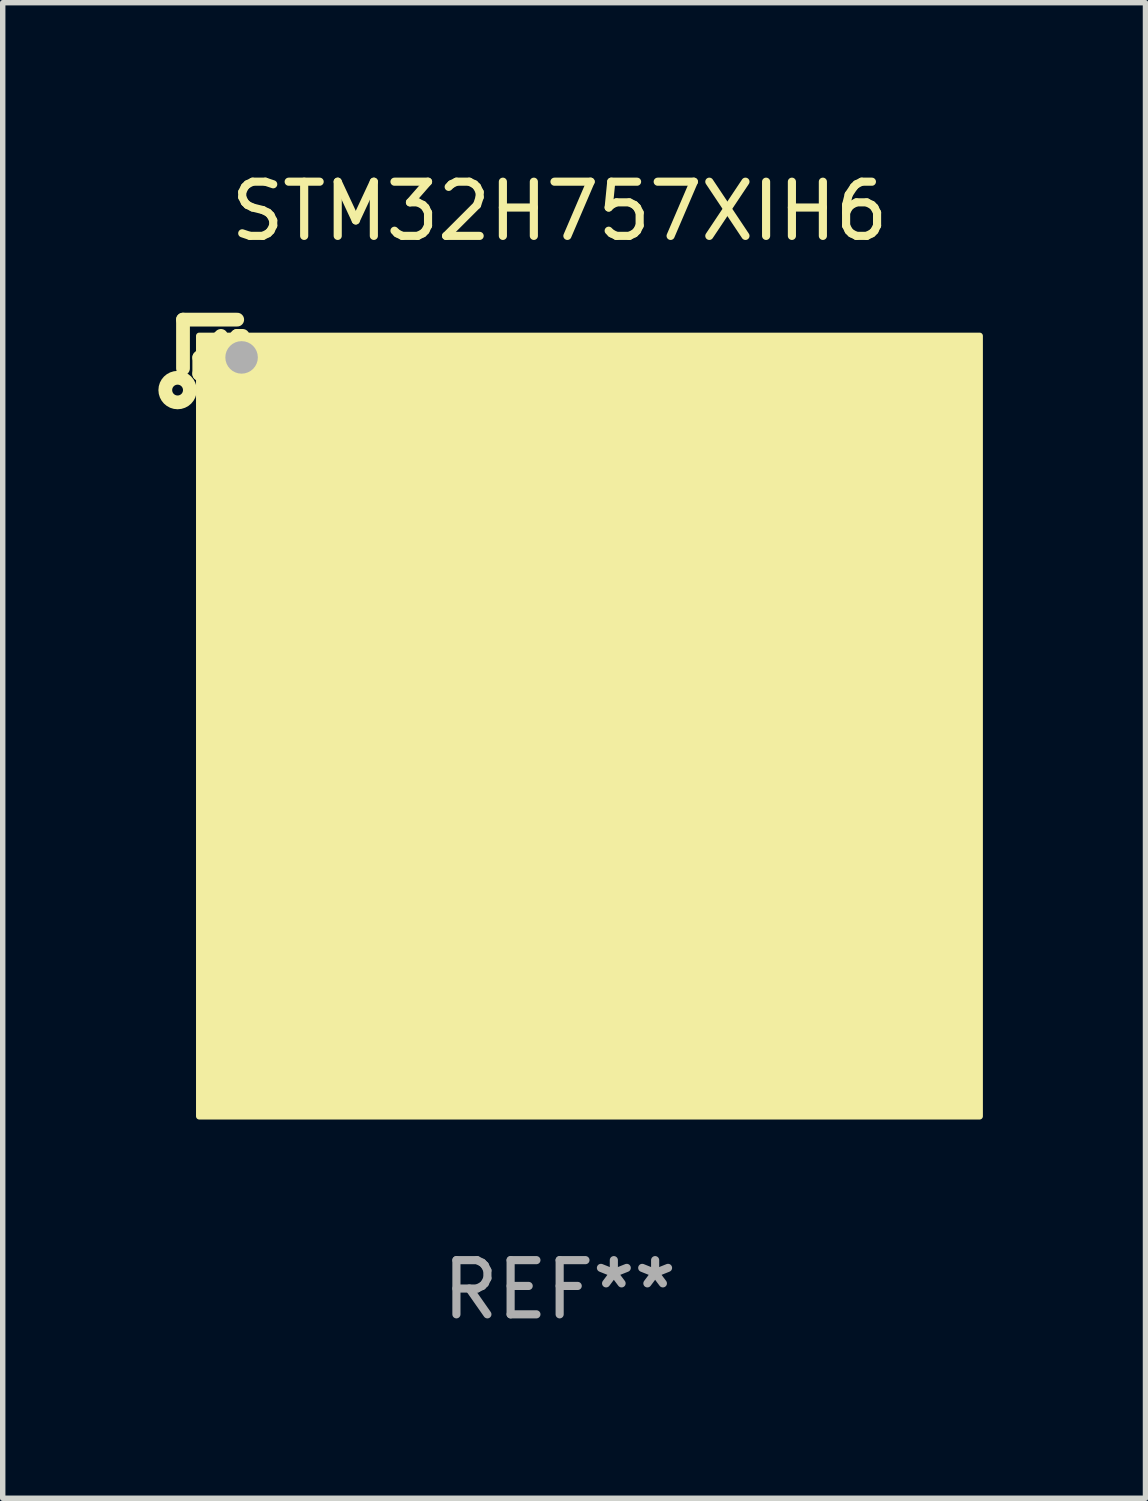
<source format=kicad_pcb>
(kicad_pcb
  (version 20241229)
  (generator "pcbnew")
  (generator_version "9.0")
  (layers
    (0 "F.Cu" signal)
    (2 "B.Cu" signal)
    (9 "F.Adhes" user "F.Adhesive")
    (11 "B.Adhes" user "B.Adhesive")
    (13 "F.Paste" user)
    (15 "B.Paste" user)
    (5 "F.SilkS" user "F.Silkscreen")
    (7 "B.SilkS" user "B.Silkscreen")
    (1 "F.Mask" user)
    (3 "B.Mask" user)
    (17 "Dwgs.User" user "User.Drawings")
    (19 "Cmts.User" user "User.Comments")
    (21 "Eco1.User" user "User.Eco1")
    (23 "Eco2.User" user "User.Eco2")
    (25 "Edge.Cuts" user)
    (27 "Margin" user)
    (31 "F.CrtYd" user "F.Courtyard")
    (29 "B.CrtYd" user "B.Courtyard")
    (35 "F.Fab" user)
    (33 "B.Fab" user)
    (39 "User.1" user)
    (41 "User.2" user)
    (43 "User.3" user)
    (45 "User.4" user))
  (footprint "STM32H757XIH6"
    (layer "F.Cu")
    (at 7.277 9.798)
    (property "Reference" "STM32H757XIH6" (at 0 -8.95 0) (layer "F.SilkS") (effects (font (size 1 1) (thickness 0.15))))
    (attr through_hole)
    (fp_line (start -6.95 -6.95) (end -6.95 -6.05) (stroke (width 0.254) (type solid)) (layer "F.SilkS"))
    (fp_line (start -6.65 -6.25) (end -6.25 -6.65) (stroke (width 0.254) (type solid)) (layer "F.SilkS"))
    (fp_line (start -6.65 -5.95) (end -6.65 -6.25) (stroke (width 0.254) (type solid)) (layer "F.SilkS"))
    (fp_line (start -5.95 -6.95) (end -6.95 -6.95) (stroke (width 0.254) (type solid)) (layer "F.SilkS"))
    (fp_line (start -5.95 -6.65) (end -6.65 -5.95) (stroke (width 0.254) (type solid)) (layer "F.SilkS"))
    (fp_line (start -5.85 -6.65) (end -5.95 -6.65) (stroke (width 0.254) (type solid)) (layer "F.SilkS"))
    (fp_circle (center -7.05 -5.65) (end -6.95 -5.65) (stroke (width 0.254) (type solid)) (fill no) (layer "F.SilkS"))
    (fp_circle (center -6.45 -6.45) (end -6.35 -6.45) (stroke (width 0.2) (type solid)) (fill no) (layer "F.SilkS"))
    (fp_poly (pts (xy -6.65 -6.65) (xy 7.75 -6.65) (xy 7.75 7.75) (xy -6.65 7.75)) (stroke (width 0.12) (type solid)) (fill yes) (layer "F.SilkS"))
    (fp_circle (center -5.869 -6.253) (end -5.719 -6.253) (stroke (width 0.3) (type solid)) (fill no) (layer "F.Fab"))
    (fp_text user "REF**" (at 0 10.95 0) (layer "F.Fab") (effects (font (size 1 1) (thickness 0.15))))
    (pad "A1" smd circle (at -5.85 -5.85) (size 0.5 0.5) (layers "F.Cu" "F.Mask" "F.Paste"))
    (pad "A2" smd circle (at -5.05 -5.85) (size 0.5 0.5) (layers "F.Cu" "F.Mask" "F.Paste"))
    (pad "A3" smd circle (at -4.25 -5.85) (size 0.5 0.5) (layers "F.Cu" "F.Mask" "F.Paste"))
    (pad "A4" smd circle (at -3.45 -5.85) (size 0.5 0.5) (layers "F.Cu" "F.Mask" "F.Paste"))
    (pad "A5" smd circle (at -2.65 -5.85) (size 0.5 0.5) (layers "F.Cu" "F.Mask" "F.Paste"))
    (pad "A6" smd circle (at -1.85 -5.85) (size 0.5 0.5) (layers "F.Cu" "F.Mask" "F.Paste"))
    (pad "A7" smd circle (at -1.05 -5.85) (size 0.5 0.5) (layers "F.Cu" "F.Mask" "F.Paste"))
    (pad "A8" smd circle (at -0.25 -5.85) (size 0.5 0.5) (layers "F.Cu" "F.Mask" "F.Paste"))
    (pad "A9" smd circle (at 0.55 -5.85) (size 0.5 0.5) (layers "F.Cu" "F.Mask" "F.Paste"))
    (pad "A10" smd circle (at 1.35 -5.85) (size 0.5 0.5) (layers "F.Cu" "F.Mask" "F.Paste"))
    (pad "A11" smd circle (at 2.15 -5.85) (size 0.5 0.5) (layers "F.Cu" "F.Mask" "F.Paste"))
    (pad "A12" smd circle (at 2.95 -5.85) (size 0.5 0.5) (layers "F.Cu" "F.Mask" "F.Paste"))
    (pad "A13" smd circle (at 3.75 -5.85) (size 0.5 0.5) (layers "F.Cu" "F.Mask" "F.Paste"))
    (pad "A14" smd circle (at 4.55 -5.85) (size 0.5 0.5) (layers "F.Cu" "F.Mask" "F.Paste"))
    (pad "A15" smd circle (at 5.35 -5.85) (size 0.5 0.5) (layers "F.Cu" "F.Mask" "F.Paste"))
    (pad "A16" smd circle (at 6.15 -5.85) (size 0.5 0.5) (layers "F.Cu" "F.Mask" "F.Paste"))
    (pad "A17" smd circle (at 6.95 -5.85) (size 0.5 0.5) (layers "F.Cu" "F.Mask" "F.Paste"))
    (pad "B1" smd circle (at -5.85 -5.05) (size 0.5 0.5) (layers "F.Cu" "F.Mask" "F.Paste"))
    (pad "B2" smd circle (at -5.05 -5.05) (size 0.5 0.5) (layers "F.Cu" "F.Mask" "F.Paste"))
    (pad "B3" smd circle (at -4.25 -5.05) (size 0.5 0.5) (layers "F.Cu" "F.Mask" "F.Paste"))
    (pad "B4" smd circle (at -3.45 -5.05) (size 0.5 0.5) (layers "F.Cu" "F.Mask" "F.Paste"))
    (pad "B5" smd circle (at -2.65 -5.05) (size 0.5 0.5) (layers "F.Cu" "F.Mask" "F.Paste"))
    (pad "B6" smd circle (at -1.85 -5.05) (size 0.5 0.5) (layers "F.Cu" "F.Mask" "F.Paste"))
    (pad "B7" smd circle (at -1.05 -5.05) (size 0.5 0.5) (layers "F.Cu" "F.Mask" "F.Paste"))
    (pad "B8" smd circle (at -0.25 -5.05) (size 0.5 0.5) (layers "F.Cu" "F.Mask" "F.Paste"))
    (pad "B9" smd circle (at 0.55 -5.05) (size 0.5 0.5) (layers "F.Cu" "F.Mask" "F.Paste"))
    (pad "B10" smd circle (at 1.35 -5.05) (size 0.5 0.5) (layers "F.Cu" "F.Mask" "F.Paste"))
    (pad "B11" smd circle (at 2.15 -5.05) (size 0.5 0.5) (layers "F.Cu" "F.Mask" "F.Paste"))
    (pad "B12" smd circle (at 2.95 -5.05) (size 0.5 0.5) (layers "F.Cu" "F.Mask" "F.Paste"))
    (pad "B13" smd circle (at 3.75 -5.05) (size 0.5 0.5) (layers "F.Cu" "F.Mask" "F.Paste"))
    (pad "B14" smd circle (at 4.55 -5.05) (size 0.5 0.5) (layers "F.Cu" "F.Mask" "F.Paste"))
    (pad "B15" smd circle (at 5.35 -5.05) (size 0.5 0.5) (layers "F.Cu" "F.Mask" "F.Paste"))
    (pad "B16" smd circle (at 6.15 -5.05) (size 0.5 0.5) (layers "F.Cu" "F.Mask" "F.Paste"))
    (pad "B17" smd circle (at 6.95 -5.05) (size 0.5 0.5) (layers "F.Cu" "F.Mask" "F.Paste"))
    (pad "C1" smd circle (at -5.85 -4.25) (size 0.5 0.5) (layers "F.Cu" "F.Mask" "F.Paste"))
    (pad "C2" smd circle (at -5.05 -4.25) (size 0.5 0.5) (layers "F.Cu" "F.Mask" "F.Paste"))
    (pad "C3" smd circle (at -4.25 -4.25) (size 0.5 0.5) (layers "F.Cu" "F.Mask" "F.Paste"))
    (pad "C4" smd circle (at -3.45 -4.25) (size 0.5 0.5) (layers "F.Cu" "F.Mask" "F.Paste"))
    (pad "C5" smd circle (at -2.65 -4.25) (size 0.5 0.5) (layers "F.Cu" "F.Mask" "F.Paste"))
    (pad "C6" smd circle (at -1.85 -4.25) (size 0.5 0.5) (layers "F.Cu" "F.Mask" "F.Paste"))
    (pad "C7" smd circle (at -1.05 -4.25) (size 0.5 0.5) (layers "F.Cu" "F.Mask" "F.Paste"))
    (pad "C8" smd circle (at -0.25 -4.25) (size 0.5 0.5) (layers "F.Cu" "F.Mask" "F.Paste"))
    (pad "C9" smd circle (at 0.55 -4.25) (size 0.5 0.5) (layers "F.Cu" "F.Mask" "F.Paste"))
    (pad "C10" smd circle (at 1.35 -4.25) (size 0.5 0.5) (layers "F.Cu" "F.Mask" "F.Paste"))
    (pad "C11" smd circle (at 2.15 -4.25) (size 0.5 0.5) (layers "F.Cu" "F.Mask" "F.Paste"))
    (pad "C12" smd circle (at 2.95 -4.25) (size 0.5 0.5) (layers "F.Cu" "F.Mask" "F.Paste"))
    (pad "C13" smd circle (at 3.75 -4.25) (size 0.5 0.5) (layers "F.Cu" "F.Mask" "F.Paste"))
    (pad "C14" smd circle (at 4.55 -4.25) (size 0.5 0.5) (layers "F.Cu" "F.Mask" "F.Paste"))
    (pad "C15" smd circle (at 5.35 -4.25) (size 0.5 0.5) (layers "F.Cu" "F.Mask" "F.Paste"))
    (pad "C16" smd circle (at 6.15 -4.25) (size 0.5 0.5) (layers "F.Cu" "F.Mask" "F.Paste"))
    (pad "C17" smd circle (at 6.95 -4.25) (size 0.5 0.5) (layers "F.Cu" "F.Mask" "F.Paste"))
    (pad "D1" smd circle (at -5.85 -3.45) (size 0.5 0.5) (layers "F.Cu" "F.Mask" "F.Paste"))
    (pad "D2" smd circle (at -5.05 -3.45) (size 0.5 0.5) (layers "F.Cu" "F.Mask" "F.Paste"))
    (pad "D3" smd circle (at -4.25 -3.45) (size 0.5 0.5) (layers "F.Cu" "F.Mask" "F.Paste"))
    (pad "D4" smd circle (at -3.45 -3.45) (size 0.5 0.5) (layers "F.Cu" "F.Mask" "F.Paste"))
    (pad "D5" smd circle (at -2.65 -3.45) (size 0.5 0.5) (layers "F.Cu" "F.Mask" "F.Paste"))
    (pad "D6" smd circle (at -1.85 -3.45) (size 0.5 0.5) (layers "F.Cu" "F.Mask" "F.Paste"))
    (pad "D7" smd circle (at -1.05 -3.45) (size 0.5 0.5) (layers "F.Cu" "F.Mask" "F.Paste"))
    (pad "D8" smd circle (at -0.25 -3.45) (size 0.5 0.5) (layers "F.Cu" "F.Mask" "F.Paste"))
    (pad "D9" smd circle (at 0.55 -3.45) (size 0.5 0.5) (layers "F.Cu" "F.Mask" "F.Paste"))
    (pad "D10" smd circle (at 1.35 -3.45) (size 0.5 0.5) (layers "F.Cu" "F.Mask" "F.Paste"))
    (pad "D11" smd circle (at 2.15 -3.45) (size 0.5 0.5) (layers "F.Cu" "F.Mask" "F.Paste"))
    (pad "D12" smd circle (at 2.95 -3.45) (size 0.5 0.5) (layers "F.Cu" "F.Mask" "F.Paste"))
    (pad "D13" smd circle (at 3.75 -3.45) (size 0.5 0.5) (layers "F.Cu" "F.Mask" "F.Paste"))
    (pad "D14" smd circle (at 4.55 -3.45) (size 0.5 0.5) (layers "F.Cu" "F.Mask" "F.Paste"))
    (pad "D15" smd circle (at 5.35 -3.45) (size 0.5 0.5) (layers "F.Cu" "F.Mask" "F.Paste"))
    (pad "D16" smd circle (at 6.15 -3.45) (size 0.5 0.5) (layers "F.Cu" "F.Mask" "F.Paste"))
    (pad "D17" smd circle (at 6.95 -3.45) (size 0.5 0.5) (layers "F.Cu" "F.Mask" "F.Paste"))
    (pad "E1" smd circle (at -5.85 -2.65) (size 0.5 0.5) (layers "F.Cu" "F.Mask" "F.Paste"))
    (pad "E2" smd circle (at -5.05 -2.65) (size 0.5 0.5) (layers "F.Cu" "F.Mask" "F.Paste"))
    (pad "E3" smd circle (at -4.25 -2.65) (size 0.5 0.5) (layers "F.Cu" "F.Mask" "F.Paste"))
    (pad "E4" smd circle (at -3.45 -2.65) (size 0.5 0.5) (layers "F.Cu" "F.Mask" "F.Paste"))
    (pad "E5" smd circle (at -2.65 -2.65) (size 0.5 0.5) (layers "F.Cu" "F.Mask" "F.Paste"))
    (pad "E6" smd circle (at -1.85 -2.65) (size 0.5 0.5) (layers "F.Cu" "F.Mask" "F.Paste"))
    (pad "E7" smd circle (at -1.05 -2.65) (size 0.5 0.5) (layers "F.Cu" "F.Mask" "F.Paste"))
    (pad "E8" smd circle (at -0.25 -2.65) (size 0.5 0.5) (layers "F.Cu" "F.Mask" "F.Paste"))
    (pad "E9" smd circle (at 0.55 -2.65) (size 0.5 0.5) (layers "F.Cu" "F.Mask" "F.Paste"))
    (pad "E10" smd circle (at 1.35 -2.65) (size 0.5 0.5) (layers "F.Cu" "F.Mask" "F.Paste"))
    (pad "E11" smd circle (at 2.15 -2.65) (size 0.5 0.5) (layers "F.Cu" "F.Mask" "F.Paste"))
    (pad "E12" smd circle (at 2.95 -2.65) (size 0.5 0.5) (layers "F.Cu" "F.Mask" "F.Paste"))
    (pad "E13" smd circle (at 3.75 -2.65) (size 0.5 0.5) (layers "F.Cu" "F.Mask" "F.Paste"))
    (pad "E14" smd circle (at 4.55 -2.65) (size 0.5 0.5) (layers "F.Cu" "F.Mask" "F.Paste"))
    (pad "E15" smd circle (at 5.35 -2.65) (size 0.5 0.5) (layers "F.Cu" "F.Mask" "F.Paste"))
    (pad "E16" smd circle (at 6.15 -2.65) (size 0.5 0.5) (layers "F.Cu" "F.Mask" "F.Paste"))
    (pad "E17" smd circle (at 6.95 -2.65) (size 0.5 0.5) (layers "F.Cu" "F.Mask" "F.Paste"))
    (pad "F1" smd circle (at -5.85 -1.85) (size 0.5 0.5) (layers "F.Cu" "F.Mask" "F.Paste"))
    (pad "F2" smd circle (at -5.05 -1.85) (size 0.5 0.5) (layers "F.Cu" "F.Mask" "F.Paste"))
    (pad "F3" smd circle (at -4.25 -1.85) (size 0.5 0.5) (layers "F.Cu" "F.Mask" "F.Paste"))
    (pad "F4" smd circle (at -3.45 -1.85) (size 0.5 0.5) (layers "F.Cu" "F.Mask" "F.Paste"))
    (pad "F5" smd circle (at -2.65 -1.85) (size 0.5 0.5) (layers "F.Cu" "F.Mask" "F.Paste"))
    (pad "F13" smd circle (at 3.75 -1.85) (size 0.5 0.5) (layers "F.Cu" "F.Mask" "F.Paste"))
    (pad "F14" smd circle (at 4.55 -1.85) (size 0.5 0.5) (layers "F.Cu" "F.Mask" "F.Paste"))
    (pad "F15" smd circle (at 5.35 -1.85) (size 0.5 0.5) (layers "F.Cu" "F.Mask" "F.Paste"))
    (pad "F16" smd circle (at 6.15 -1.85) (size 0.5 0.5) (layers "F.Cu" "F.Mask" "F.Paste"))
    (pad "F17" smd circle (at 6.95 -1.85) (size 0.5 0.5) (layers "F.Cu" "F.Mask" "F.Paste"))
    (pad "G1" smd circle (at -5.85 -1.05) (size 0.5 0.5) (layers "F.Cu" "F.Mask" "F.Paste"))
    (pad "G2" smd circle (at -5.05 -1.05) (size 0.5 0.5) (layers "F.Cu" "F.Mask" "F.Paste"))
    (pad "G3" smd circle (at -4.25 -1.05) (size 0.5 0.5) (layers "F.Cu" "F.Mask" "F.Paste"))
    (pad "G4" smd circle (at -3.45 -1.05) (size 0.5 0.5) (layers "F.Cu" "F.Mask" "F.Paste"))
    (pad "G5" smd circle (at -2.65 -1.05) (size 0.5 0.5) (layers "F.Cu" "F.Mask" "F.Paste"))
    (pad "G7" smd circle (at -1.05 -1.05) (size 0.5 0.5) (layers "F.Cu" "F.Mask" "F.Paste"))
    (pad "G8" smd circle (at -0.25 -1.05) (size 0.5 0.5) (layers "F.Cu" "F.Mask" "F.Paste"))
    (pad "G9" smd circle (at 0.55 -1.05) (size 0.5 0.5) (layers "F.Cu" "F.Mask" "F.Paste"))
    (pad "G10" smd circle (at 1.35 -1.05) (size 0.5 0.5) (layers "F.Cu" "F.Mask" "F.Paste"))
    (pad "G11" smd circle (at 2.15 -1.05) (size 0.5 0.5) (layers "F.Cu" "F.Mask" "F.Paste"))
    (pad "G13" smd circle (at 3.75 -1.05) (size 0.5 0.5) (layers "F.Cu" "F.Mask" "F.Paste"))
    (pad "G14" smd circle (at 4.55 -1.05) (size 0.5 0.5) (layers "F.Cu" "F.Mask" "F.Paste"))
    (pad "G15" smd circle (at 5.35 -1.05) (size 0.5 0.5) (layers "F.Cu" "F.Mask" "F.Paste"))
    (pad "G16" smd circle (at 6.15 -1.05) (size 0.5 0.5) (layers "F.Cu" "F.Mask" "F.Paste"))
    (pad "G17" smd circle (at 6.95 -1.05) (size 0.5 0.5) (layers "F.Cu" "F.Mask" "F.Paste"))
    (pad "H1" smd circle (at -5.85 -0.25) (size 0.5 0.5) (layers "F.Cu" "F.Mask" "F.Paste"))
    (pad "H2" smd circle (at -5.05 -0.25) (size 0.5 0.5) (layers "F.Cu" "F.Mask" "F.Paste"))
    (pad "H3" smd circle (at -4.25 -0.25) (size 0.5 0.5) (layers "F.Cu" "F.Mask" "F.Paste"))
    (pad "H4" smd circle (at -3.45 -0.25) (size 0.5 0.5) (layers "F.Cu" "F.Mask" "F.Paste"))
    (pad "H5" smd circle (at -2.65 -0.25) (size 0.5 0.5) (layers "F.Cu" "F.Mask" "F.Paste"))
    (pad "H7" smd circle (at -1.05 -0.25) (size 0.5 0.5) (layers "F.Cu" "F.Mask" "F.Paste"))
    (pad "H8" smd circle (at -0.25 -0.25) (size 0.5 0.5) (layers "F.Cu" "F.Mask" "F.Paste"))
    (pad "H9" smd circle (at 0.55 -0.25) (size 0.5 0.5) (layers "F.Cu" "F.Mask" "F.Paste"))
    (pad "H10" smd circle (at 1.35 -0.25) (size 0.5 0.5) (layers "F.Cu" "F.Mask" "F.Paste"))
    (pad "H11" smd circle (at 2.15 -0.25) (size 0.5 0.5) (layers "F.Cu" "F.Mask" "F.Paste"))
    (pad "H13" smd circle (at 3.75 -0.25) (size 0.5 0.5) (layers "F.Cu" "F.Mask" "F.Paste"))
    (pad "H14" smd circle (at 4.55 -0.25) (size 0.5 0.5) (layers "F.Cu" "F.Mask" "F.Paste"))
    (pad "H15" smd circle (at 5.35 -0.25) (size 0.5 0.5) (layers "F.Cu" "F.Mask" "F.Paste"))
    (pad "H16" smd circle (at 6.15 -0.25) (size 0.5 0.5) (layers "F.Cu" "F.Mask" "F.Paste"))
    (pad "H17" smd circle (at 6.95 -0.25) (size 0.5 0.5) (layers "F.Cu" "F.Mask" "F.Paste"))
    (pad "J1" smd circle (at -5.85 0.55) (size 0.5 0.5) (layers "F.Cu" "F.Mask" "F.Paste"))
    (pad "J2" smd circle (at -5.05 0.55) (size 0.5 0.5) (layers "F.Cu" "F.Mask" "F.Paste"))
    (pad "J3" smd circle (at -4.25 0.55) (size 0.5 0.5) (layers "F.Cu" "F.Mask" "F.Paste"))
    (pad "J4" smd circle (at -3.45 0.55) (size 0.5 0.5) (layers "F.Cu" "F.Mask" "F.Paste"))
    (pad "J5" smd circle (at -2.65 0.55) (size 0.5 0.5) (layers "F.Cu" "F.Mask" "F.Paste"))
    (pad "J7" smd circle (at -1.05 0.55) (size 0.5 0.5) (layers "F.Cu" "F.Mask" "F.Paste"))
    (pad "J8" smd circle (at -0.25 0.55) (size 0.5 0.5) (layers "F.Cu" "F.Mask" "F.Paste"))
    (pad "J9" smd circle (at 0.55 0.55) (size 0.5 0.5) (layers "F.Cu" "F.Mask" "F.Paste"))
    (pad "J10" smd circle (at 1.35 0.55) (size 0.5 0.5) (layers "F.Cu" "F.Mask" "F.Paste"))
    (pad "J11" smd circle (at 2.15 0.55) (size 0.5 0.5) (layers "F.Cu" "F.Mask" "F.Paste"))
    (pad "J13" smd circle (at 3.75 0.55) (size 0.5 0.5) (layers "F.Cu" "F.Mask" "F.Paste"))
    (pad "J14" smd circle (at 4.55 0.55) (size 0.5 0.5) (layers "F.Cu" "F.Mask" "F.Paste"))
    (pad "J15" smd circle (at 5.35 0.55) (size 0.5 0.5) (layers "F.Cu" "F.Mask" "F.Paste"))
    (pad "J16" smd circle (at 6.15 0.55) (size 0.5 0.5) (layers "F.Cu" "F.Mask" "F.Paste"))
    (pad "J17" smd circle (at 6.95 0.55) (size 0.5 0.5) (layers "F.Cu" "F.Mask" "F.Paste"))
    (pad "K1" smd circle (at -5.85 1.35) (size 0.5 0.5) (layers "F.Cu" "F.Mask" "F.Paste"))
    (pad "K2" smd circle (at -5.05 1.35) (size 0.5 0.5) (layers "F.Cu" "F.Mask" "F.Paste"))
    (pad "K3" smd circle (at -4.25 1.35) (size 0.5 0.5) (layers "F.Cu" "F.Mask" "F.Paste"))
    (pad "K4" smd circle (at -3.45 1.35) (size 0.5 0.5) (layers "F.Cu" "F.Mask" "F.Paste"))
    (pad "K5" smd circle (at -2.65 1.35) (size 0.5 0.5) (layers "F.Cu" "F.Mask" "F.Paste"))
    (pad "K7" smd circle (at -1.05 1.35) (size 0.5 0.5) (layers "F.Cu" "F.Mask" "F.Paste"))
    (pad "K8" smd circle (at -0.25 1.35) (size 0.5 0.5) (layers "F.Cu" "F.Mask" "F.Paste"))
    (pad "K9" smd circle (at 0.55 1.35) (size 0.5 0.5) (layers "F.Cu" "F.Mask" "F.Paste"))
    (pad "K10" smd circle (at 1.35 1.35) (size 0.5 0.5) (layers "F.Cu" "F.Mask" "F.Paste"))
    (pad "K11" smd circle (at 2.15 1.35) (size 0.5 0.5) (layers "F.Cu" "F.Mask" "F.Paste"))
    (pad "K13" smd circle (at 3.75 1.35) (size 0.5 0.5) (layers "F.Cu" "F.Mask" "F.Paste"))
    (pad "K14" smd circle (at 4.55 1.35) (size 0.5 0.5) (layers "F.Cu" "F.Mask" "F.Paste"))
    (pad "K15" smd circle (at 5.35 1.35) (size 0.5 0.5) (layers "F.Cu" "F.Mask" "F.Paste"))
    (pad "K16" smd circle (at 6.15 1.35) (size 0.5 0.5) (layers "F.Cu" "F.Mask" "F.Paste"))
    (pad "K17" smd circle (at 6.95 1.35) (size 0.5 0.5) (layers "F.Cu" "F.Mask" "F.Paste"))
    (pad "L1" smd circle (at -5.85 2.15) (size 0.5 0.5) (layers "F.Cu" "F.Mask" "F.Paste"))
    (pad "L2" smd circle (at -5.05 2.15) (size 0.5 0.5) (layers "F.Cu" "F.Mask" "F.Paste"))
    (pad "L3" smd circle (at -4.25 2.15) (size 0.5 0.5) (layers "F.Cu" "F.Mask" "F.Paste"))
    (pad "L4" smd circle (at -3.45 2.15) (size 0.5 0.5) (layers "F.Cu" "F.Mask" "F.Paste"))
    (pad "L5" smd circle (at -2.65 2.15) (size 0.5 0.5) (layers "F.Cu" "F.Mask" "F.Paste"))
    (pad "L7" smd circle (at -1.05 2.15) (size 0.5 0.5) (layers "F.Cu" "F.Mask" "F.Paste"))
    (pad "L8" smd circle (at -0.25 2.15) (size 0.5 0.5) (layers "F.Cu" "F.Mask" "F.Paste"))
    (pad "L9" smd circle (at 0.55 2.15) (size 0.5 0.5) (layers "F.Cu" "F.Mask" "F.Paste"))
    (pad "L10" smd circle (at 1.35 2.15) (size 0.5 0.5) (layers "F.Cu" "F.Mask" "F.Paste"))
    (pad "L11" smd circle (at 2.15 2.15) (size 0.5 0.5) (layers "F.Cu" "F.Mask" "F.Paste"))
    (pad "L13" smd circle (at 3.75 2.15) (size 0.5 0.5) (layers "F.Cu" "F.Mask" "F.Paste"))
    (pad "L14" smd circle (at 4.55 2.15) (size 0.5 0.5) (layers "F.Cu" "F.Mask" "F.Paste"))
    (pad "L15" smd circle (at 5.35 2.15) (size 0.5 0.5) (layers "F.Cu" "F.Mask" "F.Paste"))
    (pad "L16" smd circle (at 6.15 2.15) (size 0.5 0.5) (layers "F.Cu" "F.Mask" "F.Paste"))
    (pad "L17" smd circle (at 6.95 2.15) (size 0.5 0.5) (layers "F.Cu" "F.Mask" "F.Paste"))
    (pad "M1" smd circle (at -5.85 2.95) (size 0.5 0.5) (layers "F.Cu" "F.Mask" "F.Paste"))
    (pad "M2" smd circle (at -5.05 2.95) (size 0.5 0.5) (layers "F.Cu" "F.Mask" "F.Paste"))
    (pad "M3" smd circle (at -4.25 2.95) (size 0.5 0.5) (layers "F.Cu" "F.Mask" "F.Paste"))
    (pad "M4" smd circle (at -3.45 2.95) (size 0.5 0.5) (layers "F.Cu" "F.Mask" "F.Paste"))
    (pad "M5" smd circle (at -2.65 2.95) (size 0.5 0.5) (layers "F.Cu" "F.Mask" "F.Paste"))
    (pad "M13" smd circle (at 3.75 2.95) (size 0.5 0.5) (layers "F.Cu" "F.Mask" "F.Paste"))
    (pad "M14" smd circle (at 4.55 2.95) (size 0.5 0.5) (layers "F.Cu" "F.Mask" "F.Paste"))
    (pad "M15" smd circle (at 5.35 2.95) (size 0.5 0.5) (layers "F.Cu" "F.Mask" "F.Paste"))
    (pad "M16" smd circle (at 6.15 2.95) (size 0.5 0.5) (layers "F.Cu" "F.Mask" "F.Paste"))
    (pad "M17" smd circle (at 6.95 2.95) (size 0.5 0.5) (layers "F.Cu" "F.Mask" "F.Paste"))
    (pad "N1" smd circle (at -5.85 3.75) (size 0.5 0.5) (layers "F.Cu" "F.Mask" "F.Paste"))
    (pad "N2" smd circle (at -5.05 3.75) (size 0.5 0.5) (layers "F.Cu" "F.Mask" "F.Paste"))
    (pad "N3" smd circle (at -4.25 3.75) (size 0.5 0.5) (layers "F.Cu" "F.Mask" "F.Paste"))
    (pad "N4" smd circle (at -3.45 3.75) (size 0.5 0.5) (layers "F.Cu" "F.Mask" "F.Paste"))
    (pad "N5" smd circle (at -2.65 3.75) (size 0.5 0.5) (layers "F.Cu" "F.Mask" "F.Paste"))
    (pad "N6" smd circle (at -1.85 3.75) (size 0.5 0.5) (layers "F.Cu" "F.Mask" "F.Paste"))
    (pad "N7" smd circle (at -1.05 3.75) (size 0.5 0.5) (layers "F.Cu" "F.Mask" "F.Paste"))
    (pad "N8" smd circle (at -0.25 3.75) (size 0.5 0.5) (layers "F.Cu" "F.Mask" "F.Paste"))
    (pad "N9" smd circle (at 0.55 3.75) (size 0.5 0.5) (layers "F.Cu" "F.Mask" "F.Paste"))
    (pad "N10" smd circle (at 1.35 3.75) (size 0.5 0.5) (layers "F.Cu" "F.Mask" "F.Paste"))
    (pad "N11" smd circle (at 2.15 3.75) (size 0.5 0.5) (layers "F.Cu" "F.Mask" "F.Paste"))
    (pad "N12" smd circle (at 2.95 3.75) (size 0.5 0.5) (layers "F.Cu" "F.Mask" "F.Paste"))
    (pad "N13" smd circle (at 3.75 3.75) (size 0.5 0.5) (layers "F.Cu" "F.Mask" "F.Paste"))
    (pad "N14" smd circle (at 4.55 3.75) (size 0.5 0.5) (layers "F.Cu" "F.Mask" "F.Paste"))
    (pad "N15" smd circle (at 5.35 3.75) (size 0.5 0.5) (layers "F.Cu" "F.Mask" "F.Paste"))
    (pad "N16" smd circle (at 6.15 3.75) (size 0.5 0.5) (layers "F.Cu" "F.Mask" "F.Paste"))
    (pad "N17" smd circle (at 6.95 3.75) (size 0.5 0.5) (layers "F.Cu" "F.Mask" "F.Paste"))
    (pad "P1" smd circle (at -5.85 4.55) (size 0.5 0.5) (layers "F.Cu" "F.Mask" "F.Paste"))
    (pad "P2" smd circle (at -5.05 4.55) (size 0.5 0.5) (layers "F.Cu" "F.Mask" "F.Paste"))
    (pad "P3" smd circle (at -4.25 4.55) (size 0.5 0.5) (layers "F.Cu" "F.Mask" "F.Paste"))
    (pad "P4" smd circle (at -3.45 4.55) (size 0.5 0.5) (layers "F.Cu" "F.Mask" "F.Paste"))
    (pad "P5" smd circle (at -2.65 4.55) (size 0.5 0.5) (layers "F.Cu" "F.Mask" "F.Paste"))
    (pad "P6" smd circle (at -1.85 4.55) (size 0.5 0.5) (layers "F.Cu" "F.Mask" "F.Paste"))
    (pad "P7" smd circle (at -1.05 4.55) (size 0.5 0.5) (layers "F.Cu" "F.Mask" "F.Paste"))
    (pad "P8" smd circle (at -0.25 4.55) (size 0.5 0.5) (layers "F.Cu" "F.Mask" "F.Paste"))
    (pad "P9" smd circle (at 0.55 4.55) (size 0.5 0.5) (layers "F.Cu" "F.Mask" "F.Paste"))
    (pad "P10" smd circle (at 1.35 4.55) (size 0.5 0.5) (layers "F.Cu" "F.Mask" "F.Paste"))
    (pad "P11" smd circle (at 2.15 4.55) (size 0.5 0.5) (layers "F.Cu" "F.Mask" "F.Paste"))
    (pad "P12" smd circle (at 2.95 4.55) (size 0.5 0.5) (layers "F.Cu" "F.Mask" "F.Paste"))
    (pad "P13" smd circle (at 3.75 4.55) (size 0.5 0.5) (layers "F.Cu" "F.Mask" "F.Paste"))
    (pad "P14" smd circle (at 4.55 4.55) (size 0.5 0.5) (layers "F.Cu" "F.Mask" "F.Paste"))
    (pad "P15" smd circle (at 5.35 4.55) (size 0.5 0.5) (layers "F.Cu" "F.Mask" "F.Paste"))
    (pad "P16" smd circle (at 6.15 4.55) (size 0.5 0.5) (layers "F.Cu" "F.Mask" "F.Paste"))
    (pad "P17" smd circle (at 6.95 4.55) (size 0.5 0.5) (layers "F.Cu" "F.Mask" "F.Paste"))
    (pad "R1" smd circle (at -5.85 5.35) (size 0.5 0.5) (layers "F.Cu" "F.Mask" "F.Paste"))
    (pad "R2" smd circle (at -5.05 5.35) (size 0.5 0.5) (layers "F.Cu" "F.Mask" "F.Paste"))
    (pad "R3" smd circle (at -4.25 5.35) (size 0.5 0.5) (layers "F.Cu" "F.Mask" "F.Paste"))
    (pad "R4" smd circle (at -3.45 5.35) (size 0.5 0.5) (layers "F.Cu" "F.Mask" "F.Paste"))
    (pad "R5" smd circle (at -2.65 5.35) (size 0.5 0.5) (layers "F.Cu" "F.Mask" "F.Paste"))
    (pad "R6" smd circle (at -1.85 5.35) (size 0.5 0.5) (layers "F.Cu" "F.Mask" "F.Paste"))
    (pad "R7" smd circle (at -1.05 5.35) (size 0.5 0.5) (layers "F.Cu" "F.Mask" "F.Paste"))
    (pad "R8" smd circle (at -0.25 5.35) (size 0.5 0.5) (layers "F.Cu" "F.Mask" "F.Paste"))
    (pad "R9" smd circle (at 0.55 5.35) (size 0.5 0.5) (layers "F.Cu" "F.Mask" "F.Paste"))
    (pad "R10" smd circle (at 1.35 5.35) (size 0.5 0.5) (layers "F.Cu" "F.Mask" "F.Paste"))
    (pad "R11" smd circle (at 2.15 5.35) (size 0.5 0.5) (layers "F.Cu" "F.Mask" "F.Paste"))
    (pad "R12" smd circle (at 2.95 5.35) (size 0.5 0.5) (layers "F.Cu" "F.Mask" "F.Paste"))
    (pad "R13" smd circle (at 3.75 5.35) (size 0.5 0.5) (layers "F.Cu" "F.Mask" "F.Paste"))
    (pad "R14" smd circle (at 4.55 5.35) (size 0.5 0.5) (layers "F.Cu" "F.Mask" "F.Paste"))
    (pad "R15" smd circle (at 5.35 5.35) (size 0.5 0.5) (layers "F.Cu" "F.Mask" "F.Paste"))
    (pad "R16" smd circle (at 6.15 5.35) (size 0.5 0.5) (layers "F.Cu" "F.Mask" "F.Paste"))
    (pad "R17" smd circle (at 6.95 5.35) (size 0.5 0.5) (layers "F.Cu" "F.Mask" "F.Paste"))
    (pad "T1" smd circle (at -5.85 6.15) (size 0.5 0.5) (layers "F.Cu" "F.Mask" "F.Paste"))
    (pad "T2" smd circle (at -5.05 6.15) (size 0.5 0.5) (layers "F.Cu" "F.Mask" "F.Paste"))
    (pad "T3" smd circle (at -4.25 6.15) (size 0.5 0.5) (layers "F.Cu" "F.Mask" "F.Paste"))
    (pad "T4" smd circle (at -3.45 6.15) (size 0.5 0.5) (layers "F.Cu" "F.Mask" "F.Paste"))
    (pad "T5" smd circle (at -2.65 6.15) (size 0.5 0.5) (layers "F.Cu" "F.Mask" "F.Paste"))
    (pad "T6" smd circle (at -1.85 6.15) (size 0.5 0.5) (layers "F.Cu" "F.Mask" "F.Paste"))
    (pad "T7" smd circle (at -1.05 6.15) (size 0.5 0.5) (layers "F.Cu" "F.Mask" "F.Paste"))
    (pad "T8" smd circle (at -0.25 6.15) (size 0.5 0.5) (layers "F.Cu" "F.Mask" "F.Paste"))
    (pad "T9" smd circle (at 0.55 6.15) (size 0.5 0.5) (layers "F.Cu" "F.Mask" "F.Paste"))
    (pad "T10" smd circle (at 1.35 6.15) (size 0.5 0.5) (layers "F.Cu" "F.Mask" "F.Paste"))
    (pad "T11" smd circle (at 2.15 6.15) (size 0.5 0.5) (layers "F.Cu" "F.Mask" "F.Paste"))
    (pad "T12" smd circle (at 2.95 6.15) (size 0.5 0.5) (layers "F.Cu" "F.Mask" "F.Paste"))
    (pad "T13" smd circle (at 3.75 6.15) (size 0.5 0.5) (layers "F.Cu" "F.Mask" "F.Paste"))
    (pad "T14" smd circle (at 4.55 6.15) (size 0.5 0.5) (layers "F.Cu" "F.Mask" "F.Paste"))
    (pad "T15" smd circle (at 5.35 6.15) (size 0.5 0.5) (layers "F.Cu" "F.Mask" "F.Paste"))
    (pad "T16" smd circle (at 6.15 6.15) (size 0.5 0.5) (layers "F.Cu" "F.Mask" "F.Paste"))
    (pad "T17" smd circle (at 6.95 6.15) (size 0.5 0.5) (layers "F.Cu" "F.Mask" "F.Paste"))
    (pad "U1" smd circle (at -5.85 6.95) (size 0.5 0.5) (layers "F.Cu" "F.Mask" "F.Paste"))
    (pad "U2" smd circle (at -5.05 6.95) (size 0.5 0.5) (layers "F.Cu" "F.Mask" "F.Paste"))
    (pad "U3" smd circle (at -4.25 6.95) (size 0.5 0.5) (layers "F.Cu" "F.Mask" "F.Paste"))
    (pad "U4" smd circle (at -3.45 6.95) (size 0.5 0.5) (layers "F.Cu" "F.Mask" "F.Paste"))
    (pad "U5" smd circle (at -2.65 6.95) (size 0.5 0.5) (layers "F.Cu" "F.Mask" "F.Paste"))
    (pad "U6" smd circle (at -1.85 6.95) (size 0.5 0.5) (layers "F.Cu" "F.Mask" "F.Paste"))
    (pad "U7" smd circle (at -1.05 6.95) (size 0.5 0.5) (layers "F.Cu" "F.Mask" "F.Paste"))
    (pad "U8" smd circle (at -0.25 6.95) (size 0.5 0.5) (layers "F.Cu" "F.Mask" "F.Paste"))
    (pad "U9" smd circle (at 0.55 6.95) (size 0.5 0.5) (layers "F.Cu" "F.Mask" "F.Paste"))
    (pad "U10" smd circle (at 1.35 6.95) (size 0.5 0.5) (layers "F.Cu" "F.Mask" "F.Paste"))
    (pad "U11" smd circle (at 2.15 6.95) (size 0.5 0.5) (layers "F.Cu" "F.Mask" "F.Paste"))
    (pad "U12" smd circle (at 2.95 6.95) (size 0.5 0.5) (layers "F.Cu" "F.Mask" "F.Paste"))
    (pad "U13" smd circle (at 3.75 6.95) (size 0.5 0.5) (layers "F.Cu" "F.Mask" "F.Paste"))
    (pad "U14" smd circle (at 4.55 6.95) (size 0.5 0.5) (layers "F.Cu" "F.Mask" "F.Paste"))
    (pad "U15" smd circle (at 5.35 6.95) (size 0.5 0.5) (layers "F.Cu" "F.Mask" "F.Paste"))
    (pad "U16" smd circle (at 6.15 6.95) (size 0.5 0.5) (layers "F.Cu" "F.Mask" "F.Paste"))
    (pad "U17" smd circle (at 6.95 6.95) (size 0.5 0.5) (layers "F.Cu" "F.Mask" "F.Paste")))
  (gr_rect
    (start -3 -3)
    (end 18.087 24.597)
    (stroke (width 0.1) (type default))
    (fill no)
    (layer "Edge.Cuts")))
</source>
